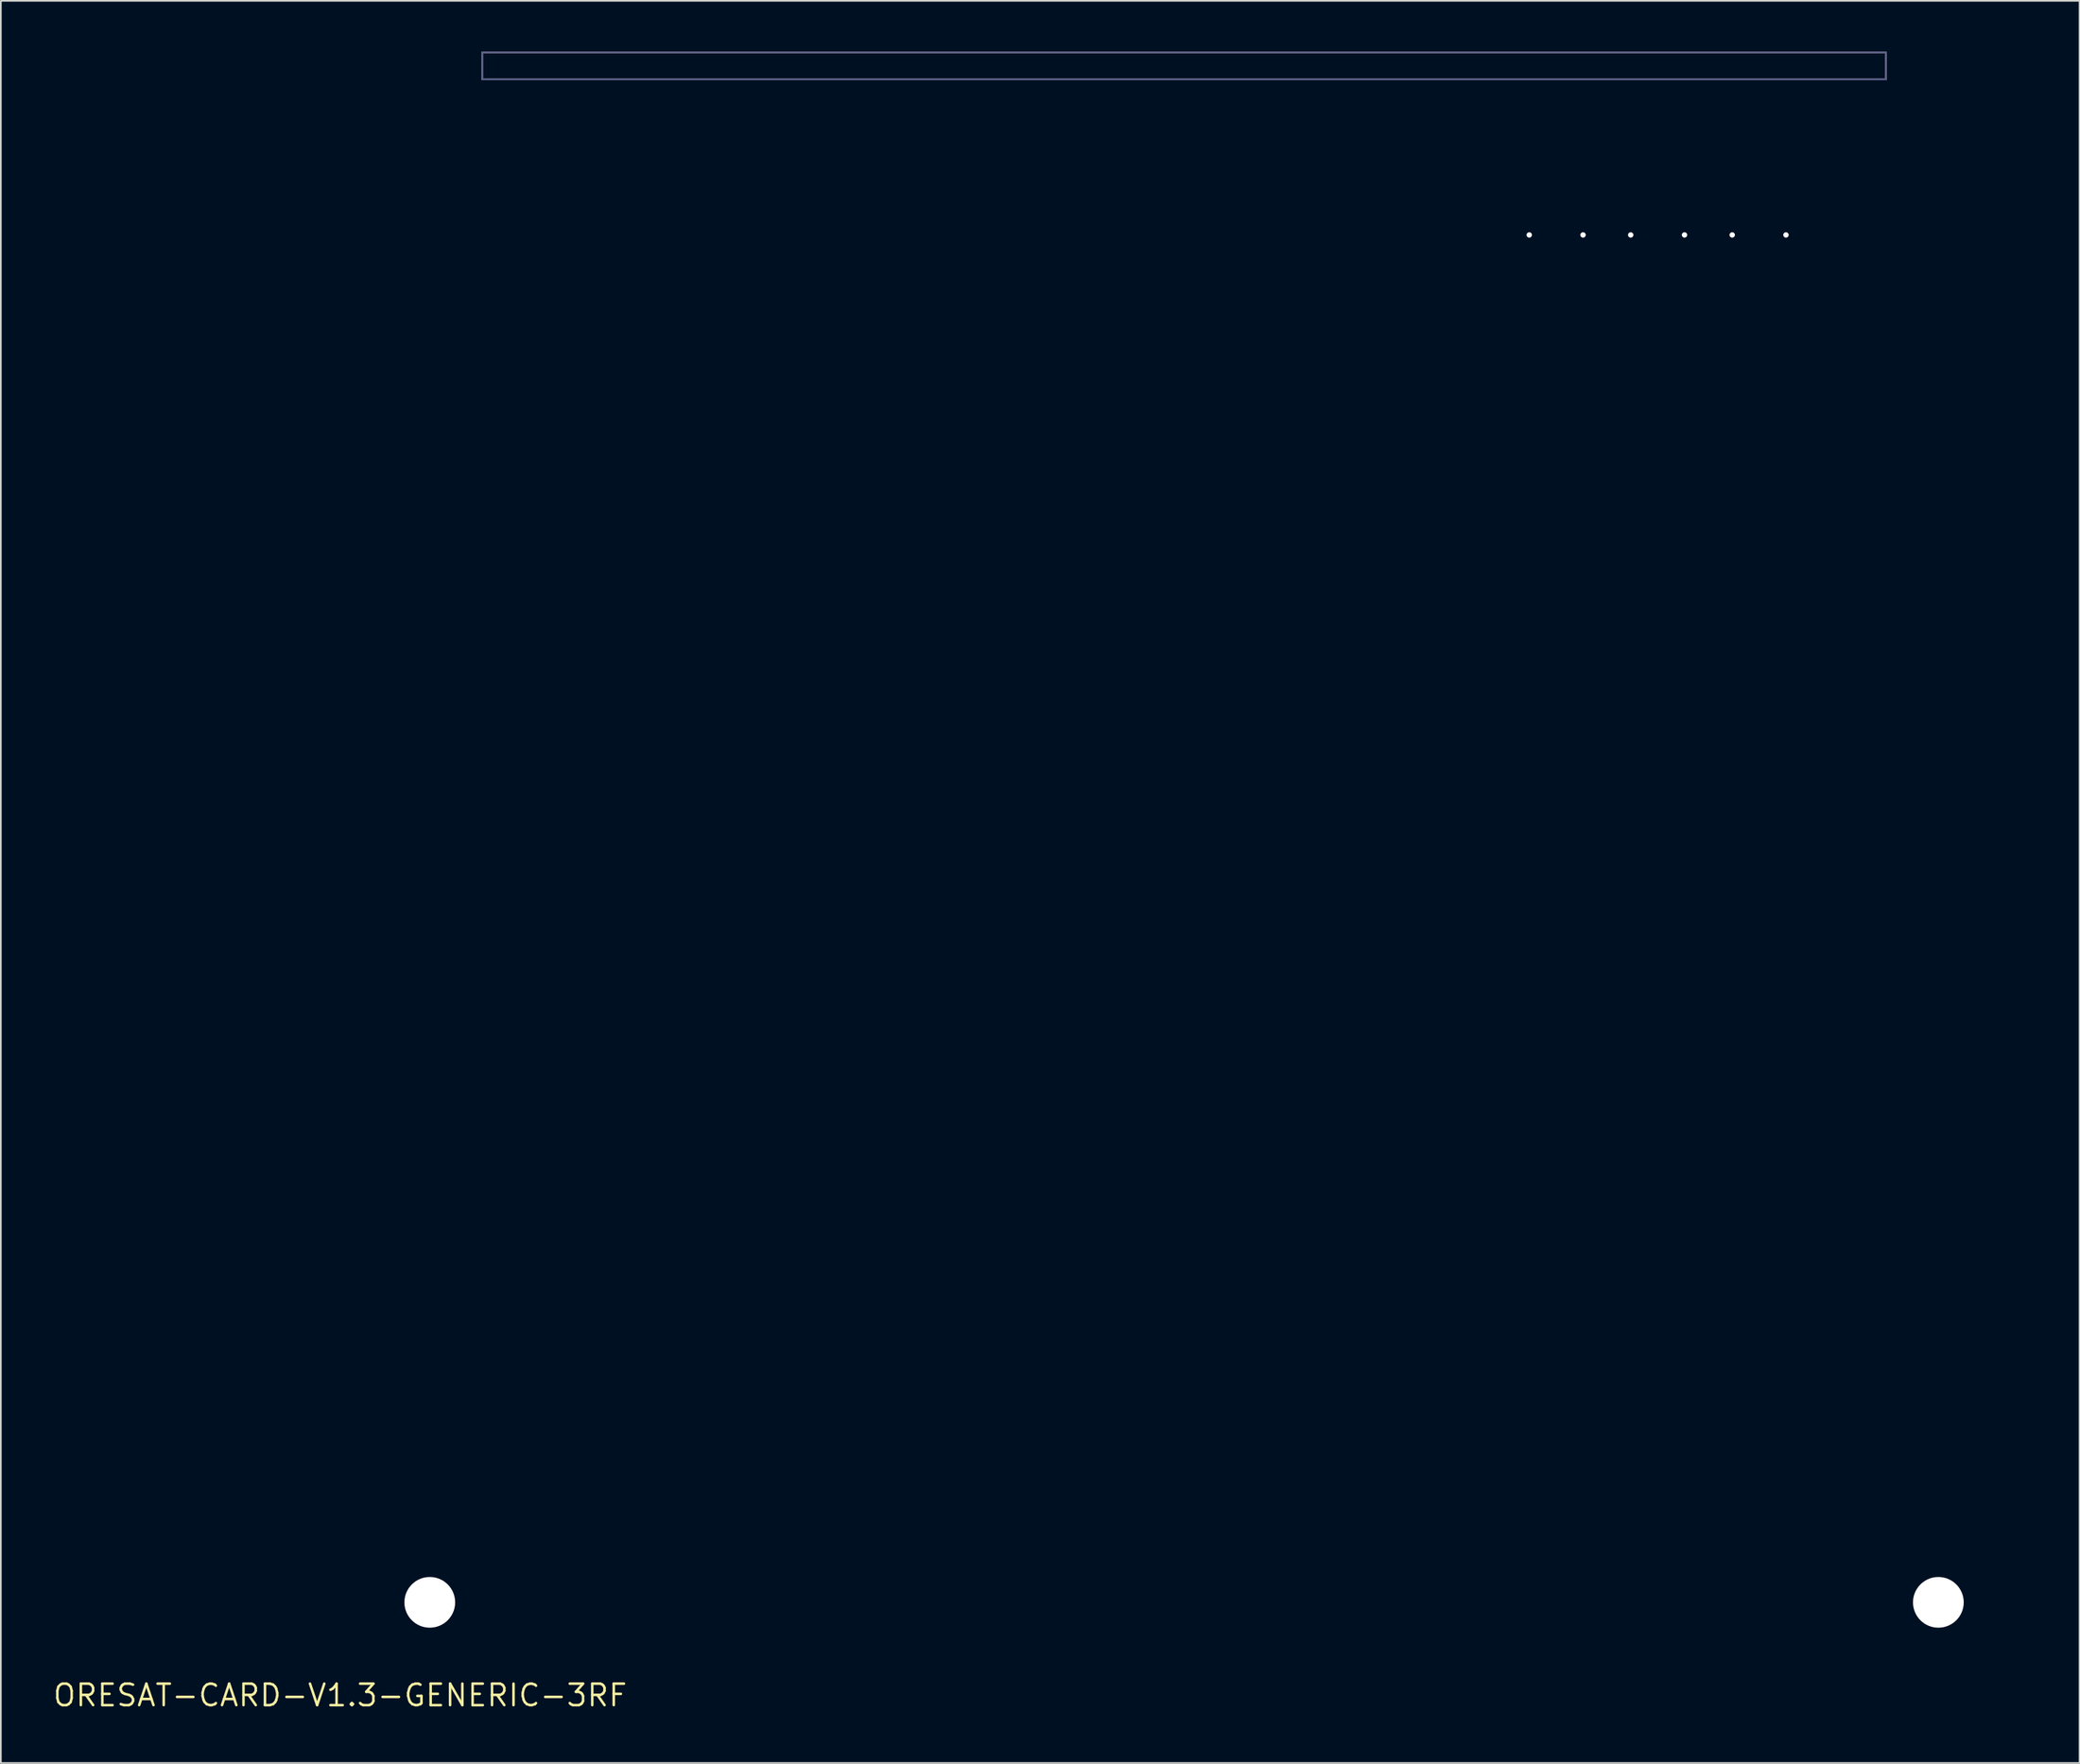
<source format=kicad_pcb>
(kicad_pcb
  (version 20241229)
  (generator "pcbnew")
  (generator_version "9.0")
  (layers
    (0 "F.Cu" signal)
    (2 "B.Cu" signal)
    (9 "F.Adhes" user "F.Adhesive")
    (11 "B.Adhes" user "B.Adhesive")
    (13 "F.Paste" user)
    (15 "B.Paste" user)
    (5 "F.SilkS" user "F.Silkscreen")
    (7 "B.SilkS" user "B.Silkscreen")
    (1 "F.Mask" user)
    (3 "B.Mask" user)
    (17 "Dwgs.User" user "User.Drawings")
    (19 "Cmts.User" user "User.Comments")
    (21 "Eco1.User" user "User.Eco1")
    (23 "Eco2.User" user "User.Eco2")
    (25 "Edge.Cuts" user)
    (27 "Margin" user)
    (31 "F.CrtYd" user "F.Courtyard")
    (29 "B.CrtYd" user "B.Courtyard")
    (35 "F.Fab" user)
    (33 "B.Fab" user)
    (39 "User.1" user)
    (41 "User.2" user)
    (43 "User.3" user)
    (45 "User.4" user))
  (footprint "ORESAT-CARD-V1.3-GENERIC-3RF"
    (layer "F.Cu")
    (at 17.062 97.25)
    (property "Reference" "ORESAT-CARD-V1.3-GENERIC-3RF" (at 0 0 0) (layer "F.SilkS") (effects (font (size 1.27 1.27) (thickness 0.15))))
    (fp_poly (pts (xy 2.75 -8.55) (xy 0.497 -8.55) (xy 0.358 -8.568) (xy 0.225 -8.623) (xy 0.111 -8.711) (xy 0.021 -8.827) (xy -0.05 -9.093) (xy -0.05 -88.821) (xy 2.75 -91.621)) (stroke (width 0) (type solid)) (fill yes) (layer "F.Mask"))
    (fp_poly (pts (xy 99.85 -88.822) (xy 99.85 -9.097) (xy 99.832 -8.958) (xy 99.777 -8.825) (xy 99.689 -8.711) (xy 99.575 -8.623) (xy 99.442 -8.568) (xy 99.303 -8.55) (xy 97.05 -8.55) (xy 97.05 -91.414)) (stroke (width 0) (type solid)) (fill yes) (layer "F.Mask"))
    (fp_poly (pts (xy 84.35 -0.497) (xy 84.332 -0.358) (xy 84.277 -0.225) (xy 84.189 -0.111) (xy 84.075 -0.023) (xy 83.942 0.032) (xy 83.803 0.05) (xy 15.997 0.05) (xy 15.858 0.032) (xy 15.725 -0.023) (xy 15.611 -0.111) (xy 15.521 -0.227) (xy 15.45 -0.493) (xy 15.45 -2.65) (xy 84.35 -2.65)) (stroke (width 0) (type solid)) (fill yes) (layer "F.Mask"))
    (fp_poly (pts (xy 2.75 -8.55) (xy 0.497 -8.55) (xy 0.358 -8.568) (xy 0.225 -8.623) (xy 0.111 -8.711) (xy 0.021 -8.827) (xy -0.05 -9.093) (xy -0.05 -88.821) (xy 2.75 -91.621)) (stroke (width 0) (type solid)) (fill yes) (layer "B.Mask"))
    (fp_poly (pts (xy 99.85 -88.822) (xy 99.85 -9.097) (xy 99.832 -8.958) (xy 99.777 -8.825) (xy 99.689 -8.711) (xy 99.575 -8.623) (xy 99.442 -8.568) (xy 99.303 -8.55) (xy 97.05 -8.55) (xy 97.05 -91.414)) (stroke (width 0) (type solid)) (fill yes) (layer "B.Mask"))
    (fp_poly (pts (xy 84.35 -0.497) (xy 84.332 -0.358) (xy 84.277 -0.225) (xy 84.189 -0.111) (xy 84.075 -0.023) (xy 83.942 0.032) (xy 83.803 0.05) (xy 15.997 0.05) (xy 15.858 0.032) (xy 15.725 -0.023) (xy 15.611 -0.111) (xy 15.521 -0.227) (xy 15.45 -0.493) (xy 15.45 -2.65) (xy 84.35 -2.65)) (stroke (width 0) (type solid)) (fill yes) (layer "B.Mask"))
    (fp_line (start 0 -88.8) (end 0 -9.1) (stroke (width 0.001) (type solid)) (layer "Cmts.User"))
    (fp_line (start 0.5 -8.6) (end 2.25 -8.6) (stroke (width 0.001) (type solid)) (layer "Cmts.User"))
    (fp_line (start 2.5 -91.3) (end 2.5 -8.6) (stroke (width 0.001) (type solid)) (layer "Cmts.User"))
    (fp_line (start 2.75 -8.1) (end 2.75 -3.4) (stroke (width 0.001) (type solid)) (layer "Cmts.User"))
    (fp_line (start 3.25 -2.9) (end 4.6 -2.9) (stroke (width 0.001) (type solid)) (layer "Cmts.User"))
    (fp_line (start 4.6 -93.4) (end 0 -88.8) (stroke (width 0.001) (type solid)) (layer "Cmts.User"))
    (fp_line (start 4.6 -2.9) (end 4.6 -93.4) (stroke (width 0.001) (type solid)) (layer "Cmts.User"))
    (fp_line (start 4.6 -2.9) (end 15 -2.9) (stroke (width 0.001) (type solid)) (layer "Cmts.User"))
    (fp_line (start 5.8 -94.6) (end 4.6 -93.4) (stroke (width 0.001) (type solid)) (layer "Cmts.User"))
    (fp_line (start 8.4 -95.6) (end 8.4 -97.2) (stroke (width 0.001) (type solid)) (layer "Cmts.User"))
    (fp_line (start 8.4 -2.9) (end 8.4 -94.6) (stroke (width 0.001) (type solid)) (layer "Cmts.User"))
    (fp_line (start 8.668 -94.6) (end 5.8 -94.6) (stroke (width 0.001) (type solid)) (layer "Cmts.User"))
    (fp_line (start 9.873 -87.9) (end 56.421 -87.9) (stroke (width 0.001) (type solid)) (layer "Cmts.User"))
    (fp_line (start 15.5 -2.4) (end 15.5 -0.5) (stroke (width 0.001) (type solid)) (layer "Cmts.User"))
    (fp_line (start 15.5 -2.4) (end 84.3 -2.4) (stroke (width 0.001) (type solid)) (layer "Cmts.User"))
    (fp_line (start 16 0) (end 83.8 0) (stroke (width 0.001) (type solid)) (layer "Cmts.User"))
    (fp_line (start 21.9 -89.9) (end 21.9 -85.9) (stroke (width 0.001) (type solid)) (layer "Cmts.User"))
    (fp_line (start 31.668 -94.6) (end 12.132 -94.6) (stroke (width 0.001) (type solid)) (layer "Cmts.User"))
    (fp_line (start 49.9 -44.572) (end 49.9 -89.9) (stroke (width 0.001) (type solid)) (layer "Cmts.User"))
    (fp_line (start 64.668 -94.6) (end 35.132 -94.6) (stroke (width 0.001) (type solid)) (layer "Cmts.User"))
    (fp_line (start 66.4 -93.6) (end 67.632 -93.6) (stroke (width 0.001) (type solid)) (layer "Cmts.User"))
    (fp_line (start 68.132 -93.1) (end 68.132 -91.1) (stroke (width 0.001) (type solid)) (layer "Cmts.User"))
    (fp_line (start 70.31 -90.6) (end 68.632 -90.6) (stroke (width 0.001) (type solid)) (layer "Cmts.User"))
    (fp_line (start 70.31 -86.9) (end 70.31 -90.6) (stroke (width 0.001) (type solid)) (layer "Cmts.User"))
    (fp_line (start 70.81 -86.4) (end 72.99 -86.4) (stroke (width 0.001) (type solid)) (layer "Cmts.User"))
    (fp_line (start 73.49 -86.9) (end 73.49 -90.6) (stroke (width 0.001) (type solid)) (layer "Cmts.User"))
    (fp_line (start 76.31 -90.6) (end 73.49 -90.6) (stroke (width 0.001) (type solid)) (layer "Cmts.User"))
    (fp_line (start 76.31 -86.9) (end 76.31 -90.6) (stroke (width 0.001) (type solid)) (layer "Cmts.User"))
    (fp_line (start 76.81 -86.4) (end 78.99 -86.4) (stroke (width 0.001) (type solid)) (layer "Cmts.User"))
    (fp_line (start 79.49 -86.9) (end 79.49 -90.6) (stroke (width 0.001) (type solid)) (layer "Cmts.User"))
    (fp_line (start 82.31 -90.6) (end 79.49 -90.6) (stroke (width 0.001) (type solid)) (layer "Cmts.User"))
    (fp_line (start 82.31 -86.9) (end 82.31 -90.6) (stroke (width 0.001) (type solid)) (layer "Cmts.User"))
    (fp_line (start 82.81 -86.4) (end 84.99 -86.4) (stroke (width 0.001) (type solid)) (layer "Cmts.User"))
    (fp_line (start 84.3 -0.5) (end 84.3 -2.4) (stroke (width 0.001) (type solid)) (layer "Cmts.User"))
    (fp_line (start 84.8 -2.9) (end 95.2 -2.9) (stroke (width 0.001) (type solid)) (layer "Cmts.User"))
    (fp_line (start 85.49 -86.9) (end 85.49 -90.6) (stroke (width 0.001) (type solid)) (layer "Cmts.User"))
    (fp_line (start 87.168 -90.6) (end 85.49 -90.6) (stroke (width 0.001) (type solid)) (layer "Cmts.User"))
    (fp_line (start 87.668 -93.1) (end 87.668 -91.1) (stroke (width 0.001) (type solid)) (layer "Cmts.User"))
    (fp_line (start 89.4 -93.6) (end 88.168 -93.6) (stroke (width 0.001) (type solid)) (layer "Cmts.User"))
    (fp_line (start 91.4 -97.2) (end 8.4 -97.2) (stroke (width 0.001) (type solid)) (layer "Cmts.User"))
    (fp_line (start 91.4 -97.2) (end 91.4 -95.6) (stroke (width 0.001) (type solid)) (layer "Cmts.User"))
    (fp_line (start 91.4 -95.6) (end 8.4 -95.6) (stroke (width 0.001) (type solid)) (layer "Cmts.User"))
    (fp_line (start 91.4 -2.9) (end 91.4 -94.6) (stroke (width 0.001) (type solid)) (layer "Cmts.User"))
    (fp_line (start 94 -94.6) (end 91.132 -94.6) (stroke (width 0.001) (type solid)) (layer "Cmts.User"))
    (fp_line (start 95.2 -93.4) (end 94 -94.6) (stroke (width 0.001) (type solid)) (layer "Cmts.User"))
    (fp_line (start 95.2 -2.9) (end 95.2 -93.4) (stroke (width 0.001) (type solid)) (layer "Cmts.User"))
    (fp_line (start 95.2 -2.9) (end 96.55 -2.9) (stroke (width 0.001) (type solid)) (layer "Cmts.User"))
    (fp_line (start 97.05 -3.4) (end 97.05 -8.1) (stroke (width 0.001) (type solid)) (layer "Cmts.User"))
    (fp_line (start 97.3 -8.55) (end 97.3 -91.3) (stroke (width 0.001) (type solid)) (layer "Cmts.User"))
    (fp_line (start 97.55 -8.6) (end 99.3 -8.6) (stroke (width 0.001) (type solid)) (layer "Cmts.User"))
    (fp_line (start 99.8 -88.8) (end 95.2 -93.4) (stroke (width 0.001) (type solid)) (layer "Cmts.User"))
    (fp_line (start 99.8 -9.1) (end 99.8 -88.8) (stroke (width 0.001) (type solid)) (layer "Cmts.User"))
    (fp_arc (start 0.5 -8.6) (mid 0.146447 -8.746447) (end 0 -9.1) (stroke (width 0.001) (type solid)) (layer "Cmts.User"))
    (fp_arc (start 2.25 -8.6) (mid 2.603553 -8.453553) (end 2.75 -8.1) (stroke (width 0.001) (type solid)) (layer "Cmts.User"))
    (fp_arc (start 3.25 -2.9) (mid 2.896447 -3.046447) (end 2.75 -3.4) (stroke (width 0.001) (type solid)) (layer "Cmts.User"))
    (fp_arc (start 12.13205 -94.6) (mid 10.400001 -93.6) (end 8.667951 -94.599999) (stroke (width 0.001) (type solid)) (layer "Cmts.User"))
    (fp_arc (start 15 -2.9) (mid 15.353553 -2.753553) (end 15.5 -2.4) (stroke (width 0.001) (type solid)) (layer "Cmts.User"))
    (fp_arc (start 16 0) (mid 15.646447 -0.146447) (end 15.5 -0.5) (stroke (width 0.001) (type solid)) (layer "Cmts.User"))
    (fp_arc (start 35.13205 -94.6) (mid 33.400001 -93.6) (end 31.667951 -94.599999) (stroke (width 0.001) (type solid)) (layer "Cmts.User"))
    (fp_arc (start 66.4 -93.6) (mid 65.400001 -93.867949) (end 64.66795 -94.599999) (stroke (width 0.001) (type solid)) (layer "Cmts.User"))
    (fp_arc (start 67.63205 -93.6) (mid 67.985603 -93.453553) (end 68.13205 -93.1) (stroke (width 0.001) (type solid)) (layer "Cmts.User"))
    (fp_arc (start 68.63205 -90.6) (mid 68.278497 -90.746447) (end 68.13205 -91.1) (stroke (width 0.001) (type solid)) (layer "Cmts.User"))
    (fp_arc (start 70.81 -86.4) (mid 70.456447 -86.546447) (end 70.31 -86.9) (stroke (width 0.001) (type solid)) (layer "Cmts.User"))
    (fp_arc (start 73.49 -86.9) (mid 73.343553 -86.546447) (end 72.99 -86.4) (stroke (width 0.001) (type solid)) (layer "Cmts.User"))
    (fp_arc (start 76.81 -86.4) (mid 76.456447 -86.546447) (end 76.31 -86.9) (stroke (width 0.001) (type solid)) (layer "Cmts.User"))
    (fp_arc (start 79.49 -86.9) (mid 79.343553 -86.546447) (end 78.99 -86.4) (stroke (width 0.001) (type solid)) (layer "Cmts.User"))
    (fp_arc (start 82.81 -86.4) (mid 82.456447 -86.546447) (end 82.31 -86.9) (stroke (width 0.001) (type solid)) (layer "Cmts.User"))
    (fp_arc (start 84.3 -2.4) (mid 84.446447 -2.753553) (end 84.8 -2.9) (stroke (width 0.001) (type solid)) (layer "Cmts.User"))
    (fp_arc (start 84.3 -0.5) (mid 84.153553 -0.146447) (end 83.8 0) (stroke (width 0.001) (type solid)) (layer "Cmts.User"))
    (fp_arc (start 85.49 -86.9) (mid 85.343553 -86.546447) (end 84.99 -86.4) (stroke (width 0.001) (type solid)) (layer "Cmts.User"))
    (fp_arc (start 87.66795 -93.1) (mid 87.814397 -93.453553) (end 88.16795 -93.6) (stroke (width 0.001) (type solid)) (layer "Cmts.User"))
    (fp_arc (start 87.66795 -91.1) (mid 87.521503 -90.746447) (end 87.16795 -90.6) (stroke (width 0.001) (type solid)) (layer "Cmts.User"))
    (fp_arc (start 91.13205 -94.6) (mid 90.4 -93.867949) (end 89.4 -93.599999) (stroke (width 0.001) (type solid)) (layer "Cmts.User"))
    (fp_arc (start 97.05 -8.1) (mid 97.196447 -8.453553) (end 97.55 -8.6) (stroke (width 0.001) (type solid)) (layer "Cmts.User"))
    (fp_arc (start 97.05 -3.4) (mid 96.903553 -3.046447) (end 96.55 -2.9) (stroke (width 0.001) (type solid)) (layer "Cmts.User"))
    (fp_arc (start 99.8 -9.1) (mid 99.653553 -8.746447) (end 99.3 -8.6) (stroke (width 0.001) (type solid)) (layer "Cmts.User"))
    (fp_circle (center 49.9 -49.8) (end 52.4 -49.8) (stroke (width 0.001) (type solid)) (fill no) (layer "Cmts.User"))
    (fp_circle (center 70.31 -86.4) (end 70.47 -86.4) (stroke (width 0.001) (type solid)) (fill no) (layer "Cmts.User"))
    (fp_circle (center 73.49 -86.4) (end 73.65 -86.4) (stroke (width 0.001) (type solid)) (fill no) (layer "Cmts.User"))
    (fp_circle (center 76.31 -86.4) (end 76.47 -86.4) (stroke (width 0.001) (type solid)) (fill no) (layer "Cmts.User"))
    (fp_circle (center 79.49 -86.4) (end 79.65 -86.4) (stroke (width 0.001) (type solid)) (fill no) (layer "Cmts.User"))
    (fp_circle (center 82.31 -86.4) (end 82.47 -86.4) (stroke (width 0.001) (type solid)) (fill no) (layer "Cmts.User"))
    (fp_circle (center 85.49 -86.4) (end 85.65 -86.4) (stroke (width 0.001) (type solid)) (fill no) (layer "Cmts.User"))
    (fp_line (start 0 -88.8) (end 0 -9.1) (stroke (width 0.001) (type solid)) (layer "Edge.Cuts"))
    (fp_line (start 0.5 -8.6) (end 2.25 -8.6) (stroke (width 0.001) (type solid)) (layer "Edge.Cuts"))
    (fp_line (start 2.75 -8.1) (end 2.75 -3.4) (stroke (width 0.001) (type solid)) (layer "Edge.Cuts"))
    (fp_line (start 3.25 -2.9) (end 15 -2.9) (stroke (width 0.001) (type solid)) (layer "Edge.Cuts"))
    (fp_line (start 5.8 -94.6) (end 0 -88.8) (stroke (width 0.001) (type solid)) (layer "Edge.Cuts"))
    (fp_line (start 8.668 -94.6) (end 5.8 -94.6) (stroke (width 0.001) (type solid)) (layer "Edge.Cuts"))
    (fp_line (start 15.5 -2.4) (end 15.5 -0.5) (stroke (width 0.001) (type solid)) (layer "Edge.Cuts"))
    (fp_line (start 16 0) (end 83.8 0) (stroke (width 0.001) (type solid)) (layer "Edge.Cuts"))
    (fp_line (start 31.668 -94.6) (end 12.132 -94.6) (stroke (width 0.001) (type solid)) (layer "Edge.Cuts"))
    (fp_line (start 64.668 -94.6) (end 35.132 -94.6) (stroke (width 0.001) (type solid)) (layer "Edge.Cuts"))
    (fp_line (start 66.4 -93.6) (end 67.632 -93.6) (stroke (width 0.001) (type solid)) (layer "Edge.Cuts"))
    (fp_line (start 68.132 -93.1) (end 68.132 -91.1) (stroke (width 0.001) (type solid)) (layer "Edge.Cuts"))
    (fp_line (start 70.31 -90.6) (end 68.632 -90.6) (stroke (width 0.001) (type solid)) (layer "Edge.Cuts"))
    (fp_line (start 70.31 -86.9) (end 70.31 -90.6) (stroke (width 0.001) (type solid)) (layer "Edge.Cuts"))
    (fp_line (start 70.81 -86.4) (end 72.99 -86.4) (stroke (width 0.001) (type solid)) (layer "Edge.Cuts"))
    (fp_line (start 73.49 -86.9) (end 73.49 -90.6) (stroke (width 0.001) (type solid)) (layer "Edge.Cuts"))
    (fp_line (start 76.31 -90.6) (end 73.49 -90.6) (stroke (width 0.001) (type solid)) (layer "Edge.Cuts"))
    (fp_line (start 76.31 -86.9) (end 76.31 -90.6) (stroke (width 0.001) (type solid)) (layer "Edge.Cuts"))
    (fp_line (start 76.81 -86.4) (end 78.99 -86.4) (stroke (width 0.001) (type solid)) (layer "Edge.Cuts"))
    (fp_line (start 79.49 -86.9) (end 79.49 -90.6) (stroke (width 0.001) (type solid)) (layer "Edge.Cuts"))
    (fp_line (start 82.31 -90.6) (end 79.49 -90.6) (stroke (width 0.001) (type solid)) (layer "Edge.Cuts"))
    (fp_line (start 82.31 -86.9) (end 82.31 -90.6) (stroke (width 0.001) (type solid)) (layer "Edge.Cuts"))
    (fp_line (start 82.81 -86.4) (end 84.99 -86.4) (stroke (width 0.001) (type solid)) (layer "Edge.Cuts"))
    (fp_line (start 84.3 -0.5) (end 84.3 -2.4) (stroke (width 0.001) (type solid)) (layer "Edge.Cuts"))
    (fp_line (start 84.8 -2.9) (end 96.55 -2.9) (stroke (width 0.001) (type solid)) (layer "Edge.Cuts"))
    (fp_line (start 85.49 -86.9) (end 85.49 -90.6) (stroke (width 0.001) (type solid)) (layer "Edge.Cuts"))
    (fp_line (start 87.168 -90.6) (end 85.49 -90.6) (stroke (width 0.001) (type solid)) (layer "Edge.Cuts"))
    (fp_line (start 87.668 -93.1) (end 87.668 -91.1) (stroke (width 0.001) (type solid)) (layer "Edge.Cuts"))
    (fp_line (start 89.4 -93.6) (end 88.168 -93.6) (stroke (width 0.001) (type solid)) (layer "Edge.Cuts"))
    (fp_line (start 94 -94.6) (end 91.132 -94.6) (stroke (width 0.001) (type solid)) (layer "Edge.Cuts"))
    (fp_line (start 97.05 -3.4) (end 97.05 -8.1) (stroke (width 0.001) (type solid)) (layer "Edge.Cuts"))
    (fp_line (start 97.55 -8.6) (end 99.3 -8.6) (stroke (width 0.001) (type solid)) (layer "Edge.Cuts"))
    (fp_line (start 99.8 -88.8) (end 94 -94.6) (stroke (width 0.001) (type solid)) (layer "Edge.Cuts"))
    (fp_line (start 99.8 -9.1) (end 99.8 -88.8) (stroke (width 0.001) (type solid)) (layer "Edge.Cuts"))
    (fp_arc (start 0.5 -8.6) (mid 0.146447 -8.746447) (end 0 -9.1) (stroke (width 0.001) (type solid)) (layer "Edge.Cuts"))
    (fp_arc (start 2.25 -8.6) (mid 2.603553 -8.453553) (end 2.75 -8.1) (stroke (width 0.001) (type solid)) (layer "Edge.Cuts"))
    (fp_arc (start 3.25 -2.9) (mid 2.896447 -3.046447) (end 2.75 -3.4) (stroke (width 0.001) (type solid)) (layer "Edge.Cuts"))
    (fp_arc (start 12.132049 -94.599999) (mid 10.399999 -93.600001) (end 8.66795 -94.6) (stroke (width 0.001) (type solid)) (layer "Edge.Cuts"))
    (fp_arc (start 15 -2.9) (mid 15.353553 -2.753553) (end 15.5 -2.4) (stroke (width 0.001) (type solid)) (layer "Edge.Cuts"))
    (fp_arc (start 16 0) (mid 15.646447 -0.146447) (end 15.5 -0.5) (stroke (width 0.001) (type solid)) (layer "Edge.Cuts"))
    (fp_arc (start 35.132049 -94.599999) (mid 33.399999 -93.600001) (end 31.66795 -94.6) (stroke (width 0.001) (type solid)) (layer "Edge.Cuts"))
    (fp_arc (start 66.399999 -93.6) (mid 65.4 -93.867949) (end 64.66795 -94.6) (stroke (width 0.001) (type solid)) (layer "Edge.Cuts"))
    (fp_arc (start 67.63205 -93.6) (mid 67.985603 -93.453553) (end 68.13205 -93.1) (stroke (width 0.001) (type solid)) (layer "Edge.Cuts"))
    (fp_arc (start 68.63205 -90.6) (mid 68.278497 -90.746447) (end 68.13205 -91.1) (stroke (width 0.001) (type solid)) (layer "Edge.Cuts"))
    (fp_arc (start 70.81 -86.4) (mid 70.456447 -86.546447) (end 70.31 -86.9) (stroke (width 0.001) (type solid)) (layer "Edge.Cuts"))
    (fp_arc (start 73.49 -86.9) (mid 73.343553 -86.546447) (end 72.99 -86.4) (stroke (width 0.001) (type solid)) (layer "Edge.Cuts"))
    (fp_arc (start 76.81 -86.4) (mid 76.456447 -86.546447) (end 76.31 -86.9) (stroke (width 0.001) (type solid)) (layer "Edge.Cuts"))
    (fp_arc (start 79.49 -86.9) (mid 79.343553 -86.546447) (end 78.99 -86.4) (stroke (width 0.001) (type solid)) (layer "Edge.Cuts"))
    (fp_arc (start 82.81 -86.4) (mid 82.456447 -86.546447) (end 82.31 -86.9) (stroke (width 0.001) (type solid)) (layer "Edge.Cuts"))
    (fp_arc (start 84.3 -2.4) (mid 84.446447 -2.753553) (end 84.8 -2.9) (stroke (width 0.001) (type solid)) (layer "Edge.Cuts"))
    (fp_arc (start 84.3 -0.5) (mid 84.153553 -0.146447) (end 83.8 0) (stroke (width 0.001) (type solid)) (layer "Edge.Cuts"))
    (fp_arc (start 85.49 -86.9) (mid 85.343553 -86.546447) (end 84.99 -86.4) (stroke (width 0.001) (type solid)) (layer "Edge.Cuts"))
    (fp_arc (start 87.66795 -93.1) (mid 87.814397 -93.453553) (end 88.16795 -93.6) (stroke (width 0.001) (type solid)) (layer "Edge.Cuts"))
    (fp_arc (start 87.66795 -91.1) (mid 87.521503 -90.746447) (end 87.16795 -90.6) (stroke (width 0.001) (type solid)) (layer "Edge.Cuts"))
    (fp_arc (start 91.132049 -94.6) (mid 90.399999 -93.86795) (end 89.4 -93.6) (stroke (width 0.001) (type solid)) (layer "Edge.Cuts"))
    (fp_arc (start 97.05 -8.1) (mid 97.196447 -8.453553) (end 97.55 -8.6) (stroke (width 0.001) (type solid)) (layer "Edge.Cuts"))
    (fp_arc (start 97.05 -3.4) (mid 96.903553 -3.046447) (end 96.55 -2.9) (stroke (width 0.001) (type solid)) (layer "Edge.Cuts"))
    (fp_arc (start 99.8 -9.1) (mid 99.653553 -8.746447) (end 99.3 -8.6) (stroke (width 0.001) (type solid)) (layer "Edge.Cuts"))
    (fp_line (start 4.6 -2.9) (end 4.6 -93.4) (stroke (width 0.001) (type solid)) (layer "B.CrtYd"))
    (fp_line (start 95.2 -2.9) (end 95.2 -93.4) (stroke (width 0.001) (type solid)) (layer "B.CrtYd"))
    (fp_line (start 4.6 -2.9) (end 4.6 -93.4) (stroke (width 0.001) (type solid)) (layer "F.CrtYd"))
    (fp_line (start 95.2 -2.9) (end 95.2 -93.4) (stroke (width 0.001) (type solid)) (layer "F.CrtYd"))
    (fp_line (start 4.6 -2.9) (end 4.6 -93.4) (stroke (width 0.001) (type solid)) (layer "B.Fab"))
    (fp_line (start 8.4 -2.9) (end 8.4 -94.6) (stroke (width 0.001) (type solid)) (layer "B.Fab"))
    (fp_line (start 91.4 -2.9) (end 91.4 -94.6) (stroke (width 0.001) (type solid)) (layer "B.Fab"))
    (fp_line (start 95.2 -2.9) (end 95.2 -93.4) (stroke (width 0.001) (type solid)) (layer "B.Fab"))
    (fp_poly (pts (xy 8.4 -95.6) (xy 91.4 -95.6) (xy 91.4 -97.2) (xy 8.4 -97.2)) (stroke (width 0.1) (type solid)) (fill no) (layer "B.Fab"))
    (fp_line (start 4.6 -2.9) (end 4.6 -93.4) (stroke (width 0.001) (type solid)) (layer "F.Fab"))
    (fp_line (start 8.4 -2.9) (end 8.4 -94.6) (stroke (width 0.001) (type solid)) (layer "F.Fab"))
    (fp_line (start 20.9 -87.894) (end 22.9 -87.894) (stroke (width 0.001) (type solid)) (layer "F.Fab"))
    (fp_line (start 21.9 -88.894) (end 21.9 -86.894) (stroke (width 0.001) (type solid)) (layer "F.Fab"))
    (fp_line (start 48.9 -87.894) (end 50.9 -87.894) (stroke (width 0.001) (type solid)) (layer "F.Fab"))
    (fp_line (start 48.9 -49.8) (end 50.9 -49.8) (stroke (width 0.001) (type solid)) (layer "F.Fab"))
    (fp_line (start 49.9 -88.894) (end 49.9 -86.894) (stroke (width 0.001) (type solid)) (layer "F.Fab"))
    (fp_line (start 49.9 -50.8) (end 49.9 -48.8) (stroke (width 0.001) (type solid)) (layer "F.Fab"))
    (fp_line (start 91.4 -2.9) (end 91.4 -94.6) (stroke (width 0.001) (type solid)) (layer "F.Fab"))
    (fp_line (start 95.2 -2.9) (end 95.2 -93.4) (stroke (width 0.001) (type solid)) (layer "F.Fab"))
    (fp_circle (center 21.9 -87.894) (end 22.4 -87.894) (stroke (width 0.001) (type solid)) (fill no) (layer "F.Fab"))
    (fp_circle (center 49.9 -87.894) (end 50.4 -87.894) (stroke (width 0.001) (type solid)) (fill no) (layer "F.Fab"))
    (fp_circle (center 49.9 -49.8) (end 50.4 -49.8) (stroke (width 0.001) (type solid)) (fill no) (layer "F.Fab"))
    (fp_poly (pts (xy 8.4 -95.6) (xy 91.4 -95.6) (xy 91.4 -97.2) (xy 8.4 -97.2)) (stroke (width 0.1) (type solid)) (fill no) (layer "F.Fab"))
    (pad "" np_thru_hole circle (at 5.3 -5.5) (size 3 3) (drill 3) (layers "*.Cu" "*.Mask"))
    (pad "" np_thru_hole circle (at 70.31 -86.4) (size 0.32 0.32) (drill 0.32) (layers "*.Cu" "*.Mask"))
    (pad "" np_thru_hole circle (at 73.49 -86.4) (size 0.32 0.32) (drill 0.32) (layers "*.Cu" "*.Mask"))
    (pad "" np_thru_hole circle (at 76.31 -86.4) (size 0.32 0.32) (drill 0.32) (layers "*.Cu" "*.Mask"))
    (pad "" np_thru_hole circle (at 79.49 -86.4) (size 0.32 0.32) (drill 0.32) (layers "*.Cu" "*.Mask"))
    (pad "" np_thru_hole circle (at 82.31 -86.4) (size 0.32 0.32) (drill 0.32) (layers "*.Cu" "*.Mask"))
    (pad "" np_thru_hole circle (at 85.49 -86.4) (size 0.32 0.32) (drill 0.32) (layers "*.Cu" "*.Mask"))
    (pad "" np_thru_hole circle (at 94.5 -5.5) (size 3 3) (drill 3) (layers "*.Cu" "*.Mask")))
  (gr_rect
    (start -3 -3)
    (end 119.912 101.256)
    (stroke (width 0.1) (type default))
    (fill no)
    (layer "Edge.Cuts")))
</source>
